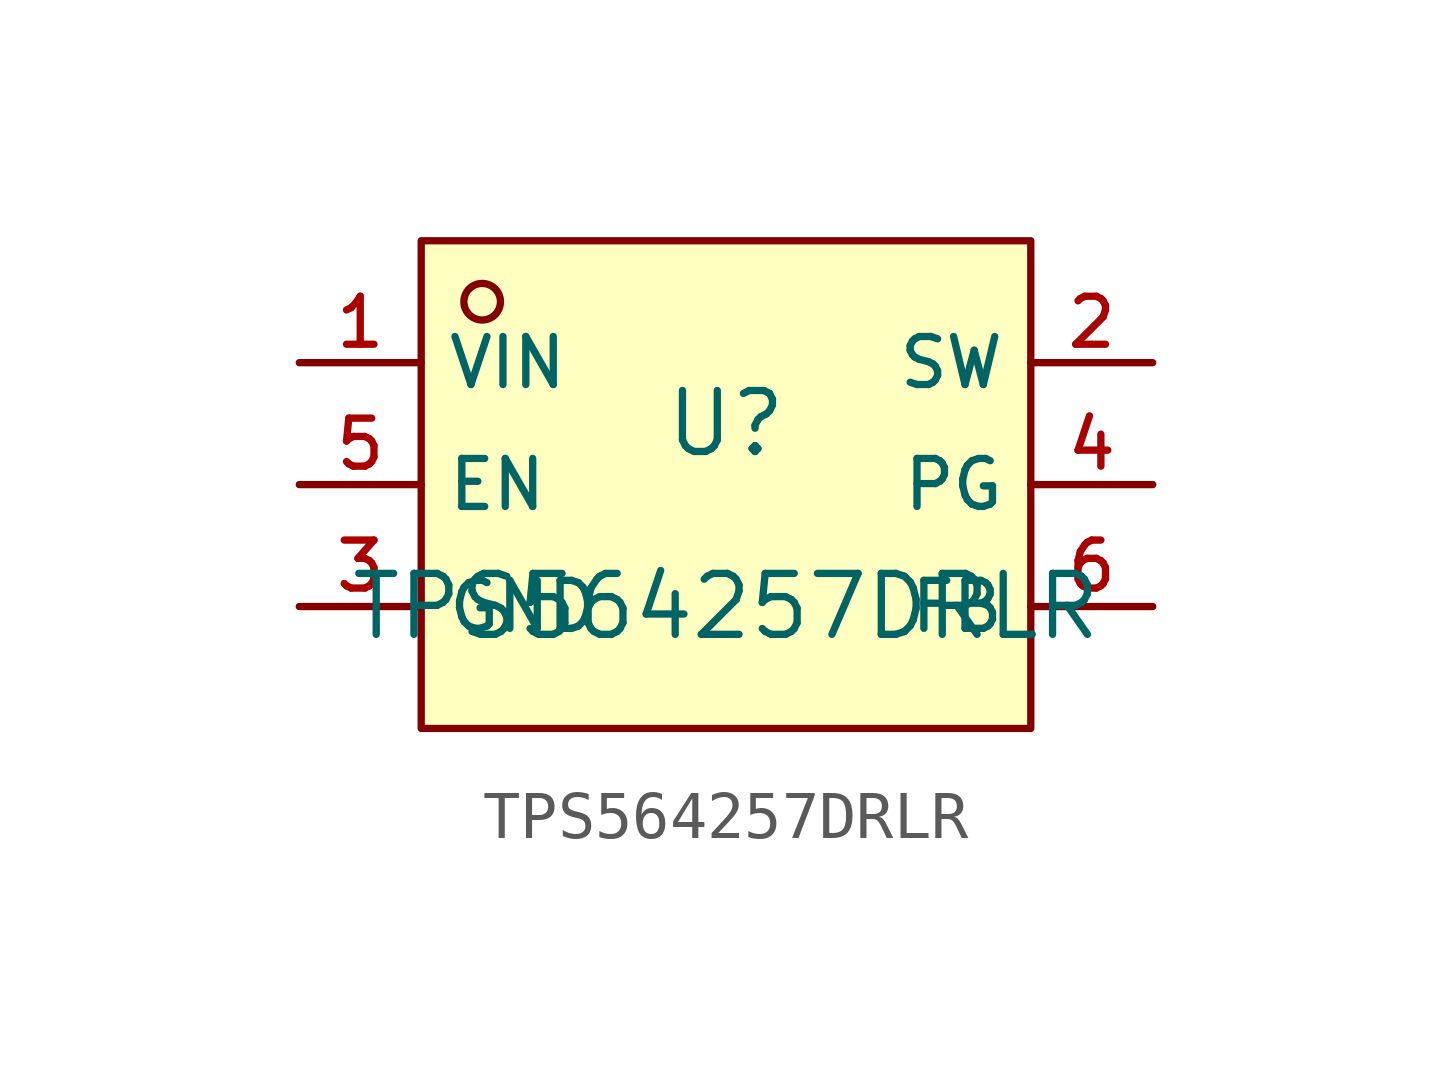
<source format=kicad_sym>
(kicad_symbol_lib
  (version 20210201)
  (generator TousstNicolas/JLC2KiCad_lib)
  (symbol "TPS564257DRLR"
    (property "Reference" "U"
      (at 0 1.27 0)
      (effects (font (size 1.27 1.27))))
    (property "Value" "TPS564257DRLR"
      (at 0 -2.54 0)
      (effects (font (size 1.27 1.27))))
    (symbol "TPS564257DRLR_0_1"
      (rectangle (start -6.35 5.08) (end 6.35 -5.08) (stroke (width 0) (type default) (color 0 0 0 0)) (fill (type background)))
      (circle (center -5.08 3.81) (radius 0.381) (stroke (width 0) (type default) (color 0 0 0 0)) (fill (type background)))
      (pin unspecified line (at -8.89 2.54 0) (length 2.54) (name "VIN" (effects (font (size 1 1)))) (number "1" (effects (font (size 1 1)))))
      (pin unspecified line (at 8.89 -2.54 180) (length 2.54) (name "FB" (effects (font (size 1 1)))) (number "6" (effects (font (size 1 1)))))
      (pin unspecified line (at -8.89 -2.54 0) (length 2.54) (name "GND" (effects (font (size 1 1)))) (number "3" (effects (font (size 1 1)))))
      (pin unspecified line (at 8.89 -0.0 180) (length 2.54) (name "PG" (effects (font (size 1 1)))) (number "4" (effects (font (size 1 1)))))
      (pin unspecified line (at -8.89 -0.0 0) (length 2.54) (name "EN" (effects (font (size 1 1)))) (number "5" (effects (font (size 1 1)))))
      (pin unspecified line (at 8.89 2.54 180) (length 2.54) (name "SW" (effects (font (size 1 1)))) (number "2" (effects (font (size 1 1))))))))
</source>
